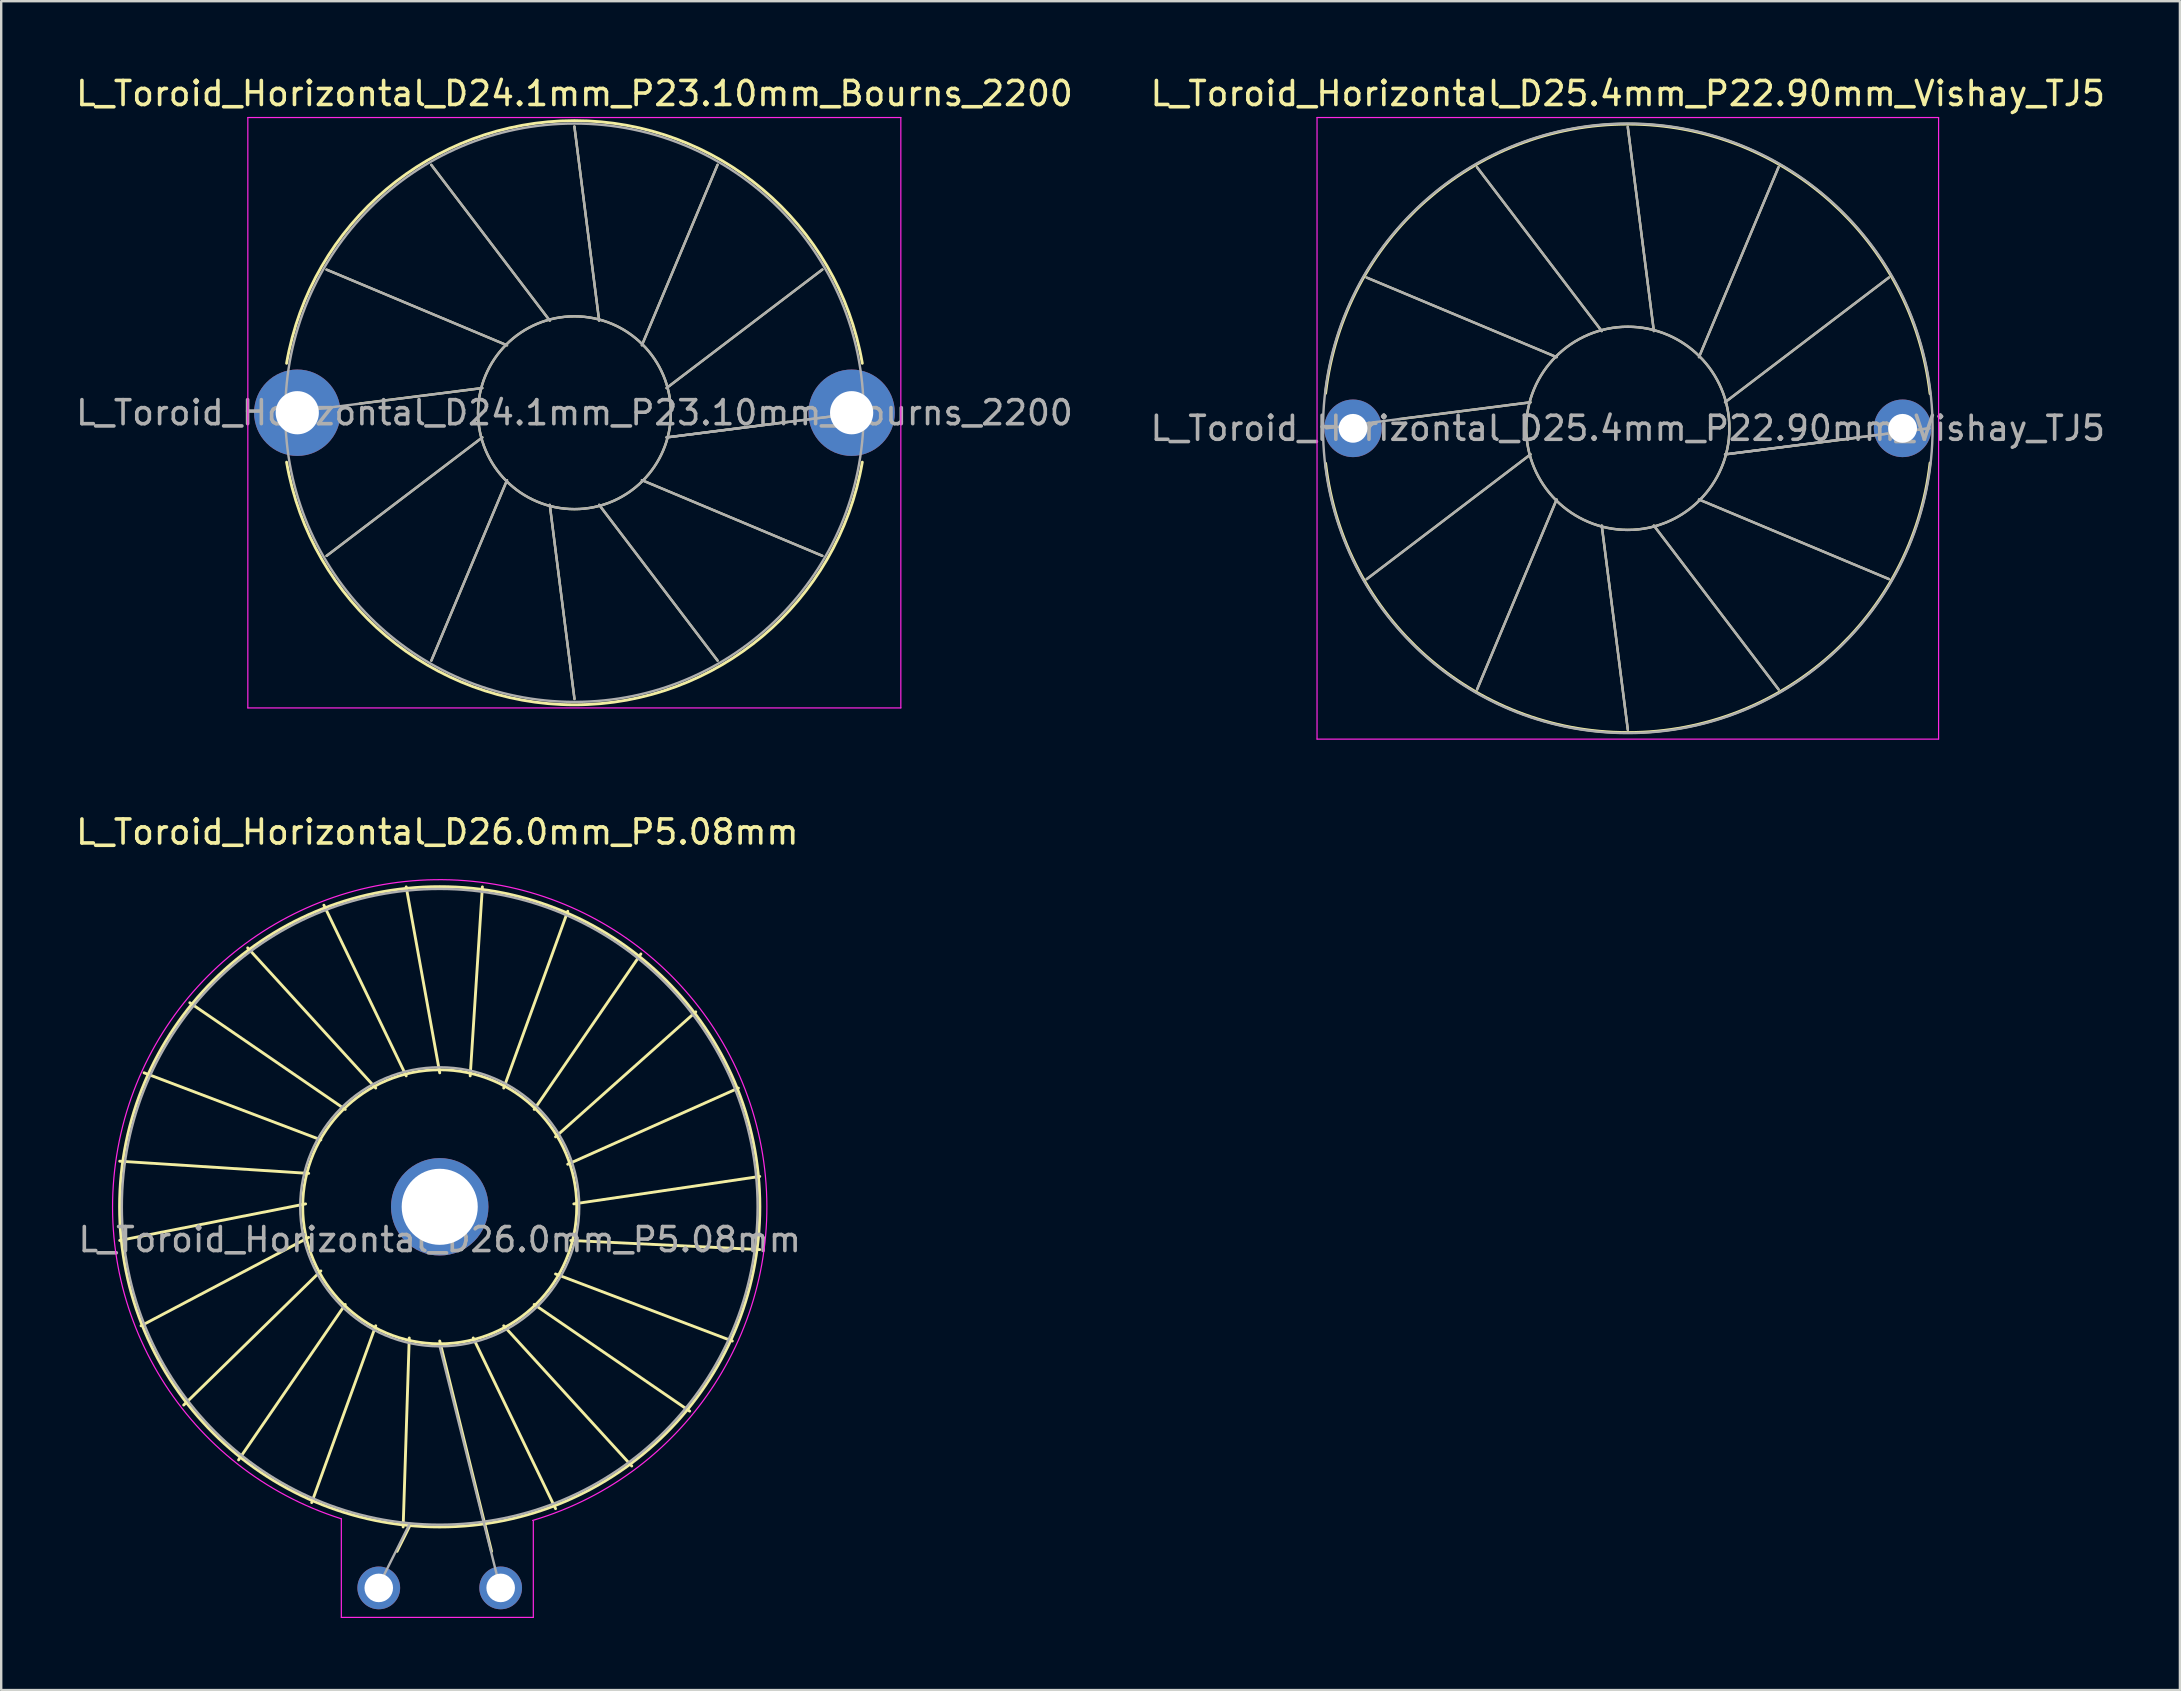
<source format=kicad_pcb>
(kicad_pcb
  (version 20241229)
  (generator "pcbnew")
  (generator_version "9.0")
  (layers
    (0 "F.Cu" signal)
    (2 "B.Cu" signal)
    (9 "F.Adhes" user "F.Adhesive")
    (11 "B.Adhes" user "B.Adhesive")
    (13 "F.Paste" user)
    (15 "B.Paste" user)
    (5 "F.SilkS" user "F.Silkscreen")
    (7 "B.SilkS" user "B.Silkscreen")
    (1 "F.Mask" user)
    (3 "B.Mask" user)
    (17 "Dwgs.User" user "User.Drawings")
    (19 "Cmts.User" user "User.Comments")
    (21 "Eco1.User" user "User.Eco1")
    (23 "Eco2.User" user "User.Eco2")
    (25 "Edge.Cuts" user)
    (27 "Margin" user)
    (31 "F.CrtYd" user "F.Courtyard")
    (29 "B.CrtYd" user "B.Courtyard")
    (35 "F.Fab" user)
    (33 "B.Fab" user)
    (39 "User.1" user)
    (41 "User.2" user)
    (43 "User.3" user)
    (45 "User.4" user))
  (footprint "L_Toroid_Horizontal_D26.0mm_P5.08mm"
    (layer "F.Cu")
    (at 12.733 63.117)
    (property "Reference" "L_Toroid_Horizontal_D26.0mm_P5.08mm" (at 2.44 -31.496 0) (layer "F.SilkS") (effects (font (size 1 1) (thickness 0.15))))
    (attr through_hole)
    (fp_line (start -10.795 -17.78) (end -2.921 -17.272) (stroke (width 0.12) (type solid)) (layer "F.SilkS"))
    (fp_line (start -10.795 -14.478) (end -3.048 -16.002) (stroke (width 0.12) (type solid)) (layer "F.SilkS"))
    (fp_line (start -9.906 -10.922) (end -2.921 -14.605) (stroke (width 0.12) (type solid)) (layer "F.SilkS"))
    (fp_line (start -9.779 -21.463) (end -2.413 -18.669) (stroke (width 0.12) (type solid)) (layer "F.SilkS"))
    (fp_line (start -8.128 -7.62) (end -2.413 -13.208) (stroke (width 0.12) (type solid)) (layer "F.SilkS"))
    (fp_line (start -7.874 -24.384) (end -1.397 -19.939) (stroke (width 0.12) (type solid)) (layer "F.SilkS"))
    (fp_line (start -5.842 -5.334) (end -1.397 -11.811) (stroke (width 0.12) (type solid)) (layer "F.SilkS"))
    (fp_line (start -5.461 -26.67) (end -0.127 -20.828) (stroke (width 0.12) (type solid)) (layer "F.SilkS"))
    (fp_line (start -2.794 -3.556) (end -0.127 -10.922) (stroke (width 0.12) (type solid)) (layer "F.SilkS"))
    (fp_line (start -2.286 -28.448) (end 1.143 -21.336) (stroke (width 0.12) (type solid)) (layer "F.SilkS"))
    (fp_line (start 0.762 -1.524) (end 1.27 -2.54) (stroke (width 0.12) (type solid)) (layer "F.SilkS"))
    (fp_line (start 1.016 -2.54) (end 1.27 -10.414) (stroke (width 0.12) (type solid)) (layer "F.SilkS"))
    (fp_line (start 1.143 -29.21) (end 2.54 -21.463) (stroke (width 0.12) (type solid)) (layer "F.SilkS"))
    (fp_line (start 4.318 -29.21) (end 3.81 -21.336) (stroke (width 0.12) (type solid)) (layer "F.SilkS"))
    (fp_line (start 4.699 -1.524) (end 2.54 -10.287) (stroke (width 0.12) (type solid)) (layer "F.SilkS"))
    (fp_line (start 7.366 -3.302) (end 3.937 -10.414) (stroke (width 0.12) (type solid)) (layer "F.SilkS"))
    (fp_line (start 7.874 -28.194) (end 5.207 -20.828) (stroke (width 0.12) (type solid)) (layer "F.SilkS"))
    (fp_line (start 10.541 -5.08) (end 5.207 -10.922) (stroke (width 0.12) (type solid)) (layer "F.SilkS"))
    (fp_line (start 10.922 -26.416) (end 6.477 -19.939) (stroke (width 0.12) (type solid)) (layer "F.SilkS"))
    (fp_line (start 12.954 -7.366) (end 6.477 -11.811) (stroke (width 0.12) (type solid)) (layer "F.SilkS"))
    (fp_line (start 13.208 -24.003) (end 7.366 -18.796) (stroke (width 0.12) (type solid)) (layer "F.SilkS"))
    (fp_line (start 14.732 -10.287) (end 7.366 -13.081) (stroke (width 0.12) (type solid)) (layer "F.SilkS"))
    (fp_line (start 14.986 -20.828) (end 7.874 -17.653) (stroke (width 0.12) (type solid)) (layer "F.SilkS"))
    (fp_line (start 15.875 -17.145) (end 8.128 -16.002) (stroke (width 0.12) (type solid)) (layer "F.SilkS"))
    (fp_line (start 15.875 -14.097) (end 8.001 -14.478) (stroke (width 0.12) (type solid)) (layer "F.SilkS"))
    (fp_circle (center 2.54 -15.88) (end 8.25 -15.88) (stroke (width 0.12) (type solid)) (fill no) (layer "F.SilkS"))
    (fp_circle (center 2.54 -15.88) (end 15.88 -15.88) (stroke (width 0.12) (type solid)) (fill no) (layer "F.SilkS"))
    (fp_line (start -1.56 -2.88) (end -1.56 1.23) (stroke (width 0.05) (type solid)) (layer "F.CrtYd"))
    (fp_line (start -1.56 1.23) (end 6.44 1.23) (stroke (width 0.05) (type solid)) (layer "F.CrtYd"))
    (fp_line (start 6.44 1.23) (end 6.44 -2.78) (stroke (width 0.05) (type solid)) (layer "F.CrtYd"))
    (fp_arc (start -1.56 -2.88) (mid 2.660017 -29.510686) (end 6.410454 -2.809821) (stroke (width 0.05) (type solid)) (layer "F.CrtYd"))
    (fp_line (start 0 -0.1) (end 1.27 -2.64) (stroke (width 0.1) (type solid)) (layer "F.Fab"))
    (fp_line (start 5.08 0.1) (end 2.54 -10.06) (stroke (width 0.1) (type solid)) (layer "F.Fab"))
    (fp_circle (center 2.54 -15.88) (end 1.44 -2.68) (stroke (width 0.1) (type solid)) (fill no) (layer "F.Fab"))
    (fp_circle (center 2.54 -15.88) (end 2.34 -10.07) (stroke (width 0.1) (type solid)) (fill no) (layer "F.Fab"))
    (fp_text user "${REFERENCE}" (at 2.54 -14.513 0) (layer "F.Fab") (effects (font (size 1 1) (thickness 0.15))))
    (pad "" thru_hole circle (at 2.54 -15.88) (size 4.06 4.06) (drill 3.17) (layers "*.Cu" "*.Mask"))
    (pad "1" thru_hole circle (at 0 0) (size 1.78 1.78) (drill 1.19) (layers "*.Cu" "*.Mask"))
    (pad "2" thru_hole circle (at 5.08 0) (size 1.78 1.78) (drill 1.19) (layers "*.Cu" "*.Mask")))
  (footprint "L_Toroid_Horizontal_D25.4mm_P22.90mm_Vishay_TJ5"
    (layer "F.Cu")
    (at 53.33 14.798)
    (property "Reference" "L_Toroid_Horizontal_D25.4mm_P22.90mm_Vishay_TJ5" (at 11.45 -13.95 0) (layer "F.SilkS") (effects (font (size 1 1) (thickness 0.15))))
    (attr through_hole)
    (fp_line (start 0.569 -6.281) (end 8.483 -2.966) (stroke (width 0.1) (type solid)) (layer "F.SilkS"))
    (fp_line (start 0.57 6.283) (end 7.397 1.086) (stroke (width 0.1) (type solid)) (layer "F.SilkS"))
    (fp_line (start 1.905 -0.381) (end 7.397 -1.085) (stroke (width 0.1) (type solid)) (layer "F.SilkS"))
    (fp_line (start 5.167 -10.88) (end 10.364 -4.052) (stroke (width 0.1) (type solid)) (layer "F.SilkS"))
    (fp_line (start 5.169 10.881) (end 8.483 2.967) (stroke (width 0.1) (type solid)) (layer "F.SilkS"))
    (fp_line (start 11.448 -12.564) (end 12.535 -4.053) (stroke (width 0.1) (type solid)) (layer "F.SilkS"))
    (fp_line (start 11.451 12.564) (end 10.364 4.053) (stroke (width 0.1) (type solid)) (layer "F.SilkS"))
    (fp_line (start 17.73 -10.881) (end 14.416 -2.967) (stroke (width 0.1) (type solid)) (layer "F.SilkS"))
    (fp_line (start 17.732 10.88) (end 12.536 4.053) (stroke (width 0.1) (type solid)) (layer "F.SilkS"))
    (fp_line (start 21.082 0.381) (end 15.503 1.086) (stroke (width 0.1) (type solid)) (layer "F.SilkS"))
    (fp_line (start 22.329 -6.284) (end 15.502 -1.087) (stroke (width 0.1) (type solid)) (layer "F.SilkS"))
    (fp_line (start 22.33 6.282) (end 14.417 2.967) (stroke (width 0.1) (type solid)) (layer "F.SilkS"))
    (fp_arc (start -1.143 -1.4605) (mid 11.458425 -12.677407) (end 24.04493 -1.443761) (stroke (width 0.12) (type solid)) (layer "F.SilkS"))
    (fp_arc (start 24.044874 1.44425) (mid 11.458179 12.677407) (end -1.143 1.4605) (stroke (width 0.12) (type solid)) (layer "F.SilkS"))
    (fp_circle (center 11.45 0) (end 15.683 0) (stroke (width 0.1) (type solid)) (fill no) (layer "F.SilkS"))
    (fp_line (start -1.5 -12.95) (end -1.5 12.95) (stroke (width 0.05) (type solid)) (layer "F.CrtYd"))
    (fp_line (start -1.5 12.95) (end 24.4 12.95) (stroke (width 0.05) (type solid)) (layer "F.CrtYd"))
    (fp_line (start 24.4 -12.95) (end -1.5 -12.95) (stroke (width 0.05) (type solid)) (layer "F.CrtYd"))
    (fp_line (start 24.4 12.95) (end 24.4 -12.95) (stroke (width 0.05) (type solid)) (layer "F.CrtYd"))
    (fp_line (start -1.114 0.001) (end 7.397 -1.085) (stroke (width 0.1) (type solid)) (layer "F.Fab"))
    (fp_line (start 0.569 -6.281) (end 8.483 -2.966) (stroke (width 0.1) (type solid)) (layer "F.Fab"))
    (fp_line (start 0.57 6.283) (end 7.397 1.086) (stroke (width 0.1) (type solid)) (layer "F.Fab"))
    (fp_line (start 5.167 -10.88) (end 10.364 -4.052) (stroke (width 0.1) (type solid)) (layer "F.Fab"))
    (fp_line (start 5.169 10.881) (end 8.483 2.967) (stroke (width 0.1) (type solid)) (layer "F.Fab"))
    (fp_line (start 11.448 -12.564) (end 12.535 -4.053) (stroke (width 0.1) (type solid)) (layer "F.Fab"))
    (fp_line (start 11.451 12.564) (end 10.364 4.053) (stroke (width 0.1) (type solid)) (layer "F.Fab"))
    (fp_line (start 17.73 -10.881) (end 14.416 -2.967) (stroke (width 0.1) (type solid)) (layer "F.Fab"))
    (fp_line (start 17.732 10.88) (end 12.536 4.053) (stroke (width 0.1) (type solid)) (layer "F.Fab"))
    (fp_line (start 22.329 -6.284) (end 15.502 -1.087) (stroke (width 0.1) (type solid)) (layer "F.Fab"))
    (fp_line (start 22.33 6.282) (end 14.417 2.967) (stroke (width 0.1) (type solid)) (layer "F.Fab"))
    (fp_line (start 24.014 -0.002) (end 15.503 1.085) (stroke (width 0.1) (type solid)) (layer "F.Fab"))
    (fp_line (start 24.014 0) (end 15.503 1.086) (stroke (width 0.1) (type solid)) (layer "F.Fab"))
    (fp_circle (center 11.45 0) (end 15.683 0) (stroke (width 0.1) (type solid)) (fill no) (layer "F.Fab"))
    (fp_circle (center 11.45 0) (end 24.15 0) (stroke (width 0.1) (type solid)) (fill no) (layer "F.Fab"))
    (fp_text user "${REFERENCE}" (at 11.45 0 0) (layer "F.Fab") (effects (font (size 1 1) (thickness 0.15))))
    (pad "1" thru_hole circle (at 0 0) (size 2.4 2.4) (drill 1.2) (layers "*.Cu" "*.Mask"))
    (pad "2" thru_hole circle (at 22.9 0) (size 2.4 2.4) (drill 1.2) (layers "*.Cu" "*.Mask")))
  (footprint "L_Toroid_Horizontal_D24.1mm_P23.10mm_Bourns_2200"
    (layer "F.Cu")
    (at 9.337 14.148)
    (property "Reference" "L_Toroid_Horizontal_D24.1mm_P23.10mm_Bourns_2200" (at 11.55 -13.3 0) (layer "F.SilkS") (effects (font (size 1 1) (thickness 0.15))))
    (attr through_hole)
    (fp_line (start 1.221 -5.962) (end 8.739 -2.81) (stroke (width 0.1) (type solid)) (layer "F.SilkS"))
    (fp_line (start 1.222 5.964) (end 7.711 1.029) (stroke (width 0.1) (type solid)) (layer "F.SilkS"))
    (fp_line (start 2.603 -0.381) (end 7.711 -1.028) (stroke (width 0.1) (type solid)) (layer "F.SilkS"))
    (fp_line (start 5.585 -10.328) (end 10.521 -3.839) (stroke (width 0.1) (type solid)) (layer "F.SilkS"))
    (fp_line (start 5.587 10.329) (end 8.74 2.811) (stroke (width 0.1) (type solid)) (layer "F.SilkS"))
    (fp_line (start 11.548 -11.927) (end 12.578 -3.839) (stroke (width 0.1) (type solid)) (layer "F.SilkS"))
    (fp_line (start 11.551 11.927) (end 10.522 3.839) (stroke (width 0.1) (type solid)) (layer "F.SilkS"))
    (fp_line (start 17.512 -10.33) (end 14.36 -2.811) (stroke (width 0.1) (type solid)) (layer "F.SilkS"))
    (fp_line (start 17.514 10.329) (end 12.579 3.839) (stroke (width 0.1) (type solid)) (layer "F.SilkS"))
    (fp_line (start 20.447 0.381) (end 15.389 1.029) (stroke (width 0.1) (type solid)) (layer "F.SilkS"))
    (fp_line (start 21.878 -5.965) (end 15.389 -1.029) (stroke (width 0.1) (type solid)) (layer "F.SilkS"))
    (fp_line (start 21.879 5.963) (end 14.361 2.81) (stroke (width 0.1) (type solid)) (layer "F.SilkS"))
    (fp_arc (start -0.444386 -2.06) (mid 11.55 -12.17) (end 23.544386 -2.06) (stroke (width 0.12) (type solid)) (layer "F.SilkS"))
    (fp_arc (start 23.544386 2.06) (mid 11.55 12.17) (end -0.444386 2.06) (stroke (width 0.12) (type solid)) (layer "F.SilkS"))
    (fp_circle (center 11.55 0) (end 15.567 0) (stroke (width 0.1) (type solid)) (fill no) (layer "F.SilkS"))
    (fp_line (start -2.06 -12.3) (end -2.06 12.3) (stroke (width 0.05) (type solid)) (layer "F.CrtYd"))
    (fp_line (start -2.06 12.3) (end 25.15 12.3) (stroke (width 0.05) (type solid)) (layer "F.CrtYd"))
    (fp_line (start 25.15 -12.3) (end -2.06 -12.3) (stroke (width 0.05) (type solid)) (layer "F.CrtYd"))
    (fp_line (start 25.15 12.3) (end 25.15 -12.3) (stroke (width 0.05) (type solid)) (layer "F.CrtYd"))
    (fp_line (start -0.377 0.001) (end 7.711 -1.028) (stroke (width 0.1) (type solid)) (layer "F.Fab"))
    (fp_line (start 1.221 -5.962) (end 8.739 -2.81) (stroke (width 0.1) (type solid)) (layer "F.Fab"))
    (fp_line (start 1.222 5.964) (end 7.711 1.029) (stroke (width 0.1) (type solid)) (layer "F.Fab"))
    (fp_line (start 5.585 -10.328) (end 10.521 -3.839) (stroke (width 0.1) (type solid)) (layer "F.Fab"))
    (fp_line (start 5.587 10.329) (end 8.74 2.811) (stroke (width 0.1) (type solid)) (layer "F.Fab"))
    (fp_line (start 11.548 -11.927) (end 12.578 -3.839) (stroke (width 0.1) (type solid)) (layer "F.Fab"))
    (fp_line (start 11.551 11.927) (end 10.522 3.839) (stroke (width 0.1) (type solid)) (layer "F.Fab"))
    (fp_line (start 17.512 -10.33) (end 14.36 -2.811) (stroke (width 0.1) (type solid)) (layer "F.Fab"))
    (fp_line (start 17.514 10.329) (end 12.579 3.839) (stroke (width 0.1) (type solid)) (layer "F.Fab"))
    (fp_line (start 21.878 -5.965) (end 15.389 -1.029) (stroke (width 0.1) (type solid)) (layer "F.Fab"))
    (fp_line (start 21.879 5.963) (end 14.361 2.81) (stroke (width 0.1) (type solid)) (layer "F.Fab"))
    (fp_line (start 23.477 -0.002) (end 15.389 1.028) (stroke (width 0.1) (type solid)) (layer "F.Fab"))
    (fp_line (start 23.477 0) (end 15.389 1.029) (stroke (width 0.1) (type solid)) (layer "F.Fab"))
    (fp_circle (center 11.55 0) (end 15.567 0) (stroke (width 0.1) (type solid)) (fill no) (layer "F.Fab"))
    (fp_circle (center 11.55 0) (end 23.6 0) (stroke (width 0.1) (type solid)) (fill no) (layer "F.Fab"))
    (fp_text user "${REFERENCE}" (at 11.55 0 0) (layer "F.Fab") (effects (font (size 1 1) (thickness 0.15))))
    (pad "1" thru_hole circle (at 0 0) (size 3.6 3.6) (drill 1.8) (layers "*.Cu" "*.Mask"))
    (pad "2" thru_hole circle (at 23.1 0) (size 3.6 3.6) (drill 1.8) (layers "*.Cu" "*.Mask")))
  (gr_rect
    (start -3 -3)
    (end 87.786 67.373)
    (stroke (width 0.1) (type default))
    (fill no)
    (layer "Edge.Cuts")))
</source>
